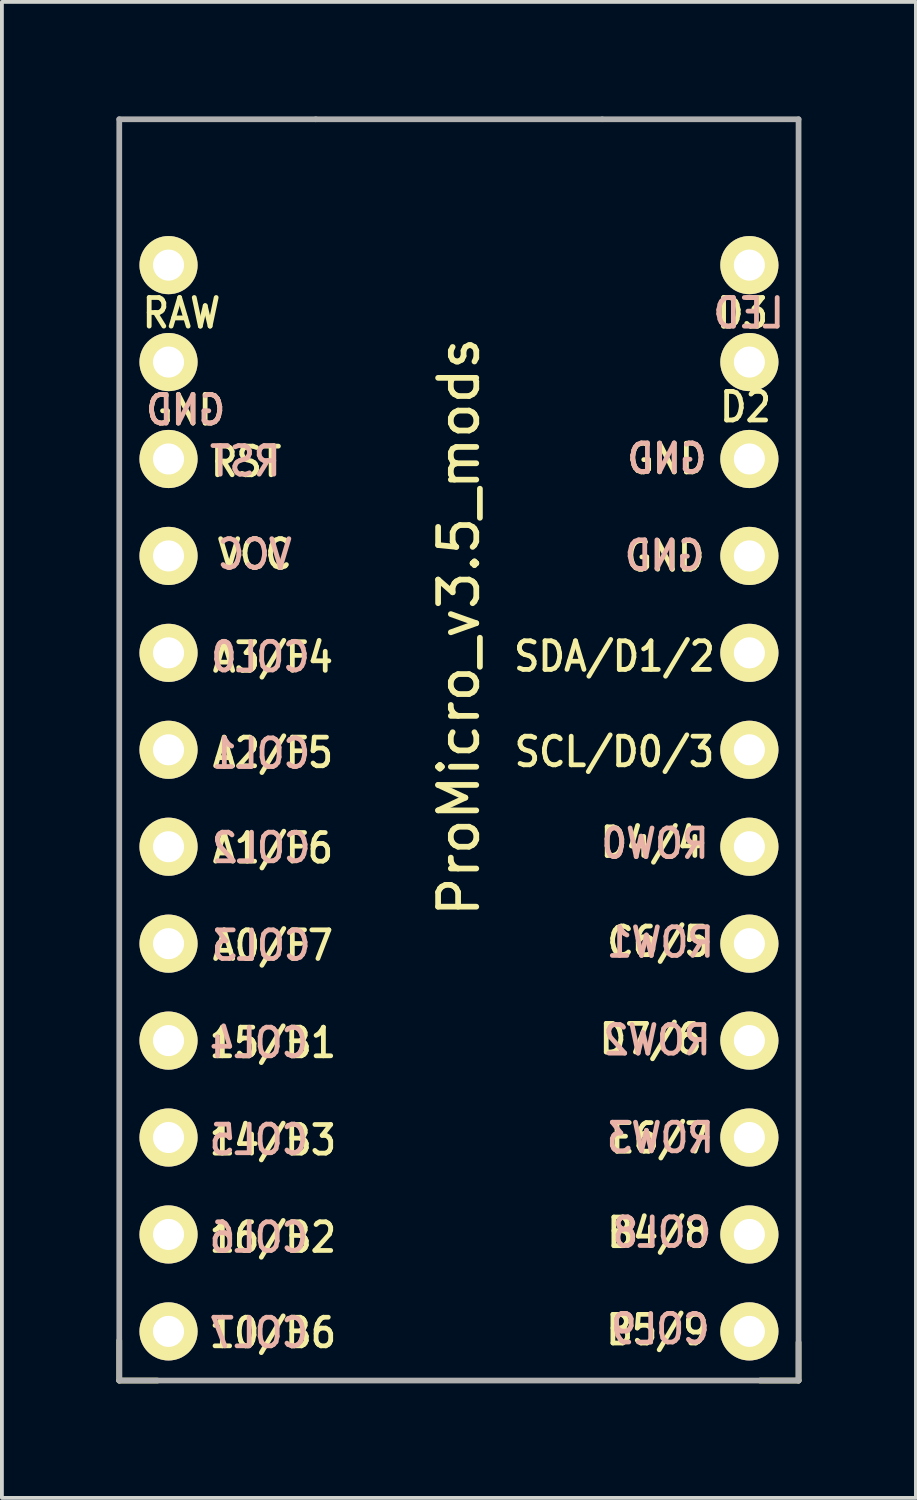
<source format=kicad_pcb>
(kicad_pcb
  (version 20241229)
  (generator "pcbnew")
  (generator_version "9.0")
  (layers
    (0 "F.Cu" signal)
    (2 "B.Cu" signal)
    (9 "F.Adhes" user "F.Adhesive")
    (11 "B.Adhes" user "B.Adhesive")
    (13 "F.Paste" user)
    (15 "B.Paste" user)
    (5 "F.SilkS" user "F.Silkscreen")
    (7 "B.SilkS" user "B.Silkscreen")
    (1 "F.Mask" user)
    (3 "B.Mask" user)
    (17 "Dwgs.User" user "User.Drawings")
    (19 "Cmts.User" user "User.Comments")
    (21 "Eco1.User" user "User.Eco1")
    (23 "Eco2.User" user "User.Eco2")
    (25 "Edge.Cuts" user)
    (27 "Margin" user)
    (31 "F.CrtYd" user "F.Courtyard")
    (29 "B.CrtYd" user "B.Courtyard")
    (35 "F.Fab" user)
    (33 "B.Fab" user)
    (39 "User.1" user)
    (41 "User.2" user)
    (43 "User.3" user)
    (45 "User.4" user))
  (footprint "ProMicro_v3.5_mods"
    (layer "F.Cu")
    (at 8.975 18.375)
    (property "Reference" "ProMicro_v3.5_mods" (at 0 -5 270) (layer "F.SilkS") (effects (font (size 1 1) (thickness 0.15))))
    (attr through_hole)
    (fp_line (start -8.9 13.7) (end -8.9 14.75) (stroke (width 0.15) (type solid)) (layer "F.SilkS"))
    (fp_line (start -8.9 14.75) (end -7.9 14.75) (stroke (width 0.15) (type solid)) (layer "F.SilkS"))
    (fp_line (start 8.9 13.75) (end 8.9 14.75) (stroke (width 0.15) (type solid)) (layer "F.SilkS"))
    (fp_line (start 8.9 14.75) (end 7.89 14.75) (stroke (width 0.15) (type solid)) (layer "F.SilkS"))
    (fp_line (start -8.9 -18.3) (end -3.75 -18.3) (stroke (width 0.15) (type solid)) (layer "F.Fab"))
    (fp_line (start -8.9 14.75) (end -8.9 -18.3) (stroke (width 0.15) (type solid)) (layer "F.Fab"))
    (fp_line (start -3.75 -18.3) (end 3.75 -18.3) (stroke (width 0.15) (type solid)) (layer "F.Fab"))
    (fp_line (start 3.76 -18.3) (end 8.9 -18.3) (stroke (width 0.15) (type solid)) (layer "F.Fab"))
    (fp_line (start 8.9 -18.3) (end 8.9 14.75) (stroke (width 0.15) (type solid)) (layer "F.Fab"))
    (fp_line (start 8.9 14.75) (end -8.9 14.75) (stroke (width 0.15) (type solid)) (layer "F.Fab"))
    (fp_text user "16/B2" (at -4.875 11 0) (unlocked yes) (layer "F.SilkS") (effects (font (size 0.75 0.67) (thickness 0.125))))
    (fp_text user "A0/F7" (at -4.875 3.35 0) (unlocked yes) (layer "F.SilkS") (effects (font (size 0.75 0.67) (thickness 0.125))))
    (fp_text user "C6/5" (at 5.225 3.25 0) (unlocked yes) (layer "F.SilkS") (effects (font (size 0.75 0.67) (thickness 0.125))))
    (fp_text user "B4/8" (at 5.225 10.875 0) (unlocked yes) (layer "F.SilkS") (effects (font (size 0.75 0.67) (thickness 0.125))))
    (fp_text user "VCC" (at -5.35 -6.9 0) (unlocked yes) (layer "F.SilkS") (effects (font (size 0.75 0.67) (thickness 0.125))))
    (fp_text user "RAW" (at -7.27 -13.22 0) (unlocked yes) (layer "F.SilkS") (effects (font (size 0.75 0.67) (thickness 0.125))))
    (fp_text user "10/B6" (at -4.875 13.5 0) (unlocked yes) (layer "F.SilkS") (effects (font (size 0.75 0.67) (thickness 0.125))))
    (fp_text user "14/B3" (at -4.875 8.45 0) (unlocked yes) (layer "F.SilkS") (effects (font (size 0.75 0.67) (thickness 0.125))))
    (fp_text user "GND" (at 5.4 -6.85 0) (unlocked yes) (layer "F.SilkS") (effects (font (size 0.75 0.67) (thickness 0.125))))
    (fp_text user "RST" (at -5.575 -9.325 0) (unlocked yes) (layer "F.SilkS") (effects (font (size 0.75 0.67) (thickness 0.125))))
    (fp_text user "D2" (at 7.51 -10.76 0) (unlocked yes) (layer "F.SilkS") (effects (font (size 0.75 0.67) (thickness 0.125))))
    (fp_text user "15/B1" (at -4.875 5.9 0) (unlocked yes) (layer "F.SilkS") (effects (font (size 0.75 0.67) (thickness 0.125))))
    (fp_text user "D4/4" (at 5.05 0.65 0) (unlocked yes) (layer "F.SilkS") (effects (font (size 0.75 0.67) (thickness 0.125))))
    (fp_text user "GND" (at 5.45 -9.4 0) (unlocked yes) (layer "F.SilkS") (effects (font (size 0.75 0.67) (thickness 0.125))))
    (fp_text user "D7/6" (at 5.025 5.8 0) (unlocked yes) (layer "F.SilkS") (effects (font (size 0.75 0.67) (thickness 0.125))))
    (fp_text user "E6/7" (at 5.275 8.4 0) (unlocked yes) (layer "F.SilkS") (effects (font (size 0.75 0.67) (thickness 0.125))))
    (fp_text user "A3/F4" (at -4.875 -4.2 0) (unlocked yes) (layer "F.SilkS") (effects (font (size 0.75 0.67) (thickness 0.125))))
    (fp_text user "A2/F5" (at -4.875 -1.7 0) (unlocked yes) (layer "F.SilkS") (effects (font (size 0.75 0.67) (thickness 0.125))))
    (fp_text user "SCL/D0/3" (at 4.075 -1.725 0) (unlocked yes) (layer "F.SilkS") (effects (font (size 0.75 0.67) (thickness 0.125))))
    (fp_text user "GND" (at -7.16 -10.68 0) (unlocked yes) (layer "F.SilkS") (effects (font (size 0.75 0.67) (thickness 0.125))))
    (fp_text user "A1/F6" (at -4.875 0.8 0) (unlocked yes) (layer "F.SilkS") (effects (font (size 0.75 0.67) (thickness 0.125))))
    (fp_text user "" (at -0.545 -17.4 0) (layer "F.SilkS") (effects (font (size 1 1) (thickness 0.15))))
    (fp_text user "B5/9" (at 5.2 13.425 0) (unlocked yes) (layer "F.SilkS") (effects (font (size 0.75 0.67) (thickness 0.125))))
    (fp_text user "D3" (at 7.43 -13.22 0) (unlocked yes) (layer "F.SilkS") (effects (font (size 0.75 0.67) (thickness 0.125))))
    (fp_text user "SDA/D1/2" (at 4.075 -4.225 0) (unlocked yes) (layer "F.SilkS") (effects (font (size 0.75 0.67) (thickness 0.125))))
    (fp_text user "COL7" (at -5.24 13.5 0) (unlocked yes) (layer "B.SilkS") (effects (font (size 0.75 0.67) (thickness 0.125)) (justify mirror)))
    (fp_text user "COL0" (at -5.2 -4.21 0) (unlocked yes) (layer "B.SilkS") (effects (font (size 0.75 0.67) (thickness 0.125)) (justify mirror)))
    (fp_text user "GND" (at 5.38 -6.87 0) (unlocked yes) (layer "B.SilkS") (effects (font (size 0.75 0.67) (thickness 0.125)) (justify mirror)))
    (fp_text user "COL5" (at -5.24 8.44 0) (unlocked yes) (layer "B.SilkS") (effects (font (size 0.75 0.67) (thickness 0.125)) (justify mirror)))
    (fp_text user "COL8" (at 5.32 10.87 0) (unlocked yes) (layer "B.SilkS") (effects (font (size 0.75 0.67) (thickness 0.125)) (justify mirror)))
    (fp_text user "ROW2" (at 5.19 5.83 0) (unlocked yes) (layer "B.SilkS") (effects (font (size 0.75 0.67) (thickness 0.125)) (justify mirror)))
    (fp_text user "GND" (at 5.45 -9.41 0) (unlocked yes) (layer "B.SilkS") (effects (font (size 0.75 0.67) (thickness 0.125)) (justify mirror)))
    (fp_text user "ROW0" (at 5.14 0.68 0) (unlocked yes) (layer "B.SilkS") (effects (font (size 0.75 0.67) (thickness 0.125)) (justify mirror)))
    (fp_text user "ROW1" (at 5.28 3.27 0) (unlocked yes) (layer "B.SilkS") (effects (font (size 0.75 0.67) (thickness 0.125)) (justify mirror)))
    (fp_text user "COL3" (at -5.18 3.35 0) (unlocked yes) (layer "B.SilkS") (effects (font (size 0.75 0.67) (thickness 0.125)) (justify mirror)))
    (fp_text user "" (at -1.252 -16.256 0) (layer "B.SilkS") (effects (font (size 1 1) (thickness 0.15)) (justify mirror)))
    (fp_text user "COL9" (at 5.28 13.4 0) (unlocked yes) (layer "B.SilkS") (effects (font (size 0.75 0.67) (thickness 0.125)) (justify mirror)))
    (fp_text user "COL4" (at -5.24 5.9 0) (unlocked yes) (layer "B.SilkS") (effects (font (size 0.75 0.67) (thickness 0.125)) (justify mirror)))
    (fp_text user "RST" (at -5.6 -9.34 0) (unlocked yes) (layer "B.SilkS") (effects (font (size 0.75 0.67) (thickness 0.125)) (justify mirror)))
    (fp_text user "COL2" (at -5.18 0.79 0) (unlocked yes) (layer "B.SilkS") (effects (font (size 0.75 0.67) (thickness 0.125)) (justify mirror)))
    (fp_text user "GND" (at -7.16 -10.68 0) (unlocked yes) (layer "B.SilkS") (effects (font (size 0.75 0.67) (thickness 0.125)) (justify mirror)))
    (fp_text user "ROW3" (at 5.28 8.39 0) (unlocked yes) (layer "B.SilkS") (effects (font (size 0.75 0.67) (thickness 0.125)) (justify mirror)))
    (fp_text user "VCC" (at -5.35 -6.9 0) (unlocked yes) (layer "B.SilkS") (effects (font (size 0.75 0.67) (thickness 0.125)) (justify mirror)))
    (fp_text user "LED" (at 7.59 -13.22 0) (unlocked yes) (layer "B.SilkS") (effects (font (size 0.75 0.67) (thickness 0.125)) (justify mirror)))
    (fp_text user "COL1" (at -5.19 -1.68 0) (unlocked yes) (layer "B.SilkS") (effects (font (size 0.75 0.67) (thickness 0.125)) (justify mirror)))
    (fp_text user "COL6" (at -5.24 11 0) (unlocked yes) (layer "B.SilkS") (effects (font (size 0.75 0.67) (thickness 0.125)) (justify mirror)))
    (pad "1" thru_hole circle (at 7.611 -14.478) (size 1.524 1.524) (drill 0.813) (layers "*.Cu" "B.Mask" "F.SilkS"))
    (pad "2" thru_hole circle (at 7.611 -11.938) (size 1.524 1.524) (drill 0.813) (layers "*.Cu" "B.Mask" "F.SilkS"))
    (pad "3" thru_hole circle (at 7.611 -9.398) (size 1.524 1.524) (drill 0.813) (layers "*.Cu" "B.Mask" "F.SilkS"))
    (pad "4" thru_hole circle (at 7.611 -6.858) (size 1.524 1.524) (drill 0.813) (layers "*.Cu" "B.Mask" "F.SilkS"))
    (pad "5" thru_hole circle (at 7.611 -4.318) (size 1.524 1.524) (drill 0.813) (layers "*.Cu" "B.Mask" "F.SilkS"))
    (pad "6" thru_hole circle (at 7.611 -1.778) (size 1.524 1.524) (drill 0.813) (layers "*.Cu" "B.Mask" "F.SilkS"))
    (pad "7" thru_hole circle (at 7.611 0.762) (size 1.524 1.524) (drill 0.813) (layers "*.Cu" "B.Mask" "F.SilkS"))
    (pad "8" thru_hole circle (at 7.611 3.302) (size 1.524 1.524) (drill 0.813) (layers "*.Cu" "B.Mask" "F.SilkS"))
    (pad "9" thru_hole circle (at 7.611 5.842) (size 1.524 1.524) (drill 0.813) (layers "*.Cu" "B.Mask" "F.SilkS"))
    (pad "10" thru_hole circle (at 7.611 8.382) (size 1.524 1.524) (drill 0.813) (layers "*.Cu" "B.Mask" "F.SilkS"))
    (pad "11" thru_hole circle (at 7.611 10.922) (size 1.524 1.524) (drill 0.813) (layers "*.Cu" "B.Mask" "F.SilkS"))
    (pad "12" thru_hole circle (at 7.611 13.462) (size 1.524 1.524) (drill 0.813) (layers "*.Cu" "B.Mask" "F.SilkS"))
    (pad "13" thru_hole circle (at -7.609 13.462) (size 1.524 1.524) (drill 0.813) (layers "*.Cu" "B.Mask" "F.SilkS"))
    (pad "14" thru_hole circle (at -7.609 10.922) (size 1.524 1.524) (drill 0.813) (layers "*.Cu" "B.Mask" "F.SilkS"))
    (pad "15" thru_hole circle (at -7.609 8.382) (size 1.524 1.524) (drill 0.813) (layers "*.Cu" "B.Mask" "F.SilkS"))
    (pad "16" thru_hole circle (at -7.609 5.842) (size 1.524 1.524) (drill 0.813) (layers "*.Cu" "B.Mask" "F.SilkS"))
    (pad "17" thru_hole circle (at -7.609 3.302) (size 1.524 1.524) (drill 0.813) (layers "*.Cu" "B.Mask" "F.SilkS"))
    (pad "18" thru_hole circle (at -7.609 0.762) (size 1.524 1.524) (drill 0.813) (layers "*.Cu" "B.Mask" "F.SilkS"))
    (pad "19" thru_hole circle (at -7.609 -1.778) (size 1.524 1.524) (drill 0.813) (layers "*.Cu" "B.Mask" "F.SilkS"))
    (pad "20" thru_hole circle (at -7.609 -4.318) (size 1.524 1.524) (drill 0.813) (layers "*.Cu" "B.Mask" "F.SilkS"))
    (pad "21" thru_hole circle (at -7.609 -6.858) (size 1.524 1.524) (drill 0.813) (layers "*.Cu" "B.Mask" "F.SilkS"))
    (pad "22" thru_hole circle (at -7.609 -9.398) (size 1.524 1.524) (drill 0.813) (layers "*.Cu" "B.Mask" "F.SilkS"))
    (pad "23" thru_hole circle (at -7.609 -11.938) (size 1.524 1.524) (drill 0.813) (layers "*.Cu" "B.Mask" "F.SilkS"))
    (pad "24" thru_hole circle (at -7.609 -14.478) (size 1.524 1.524) (drill 0.813) (layers "*.Cu" "B.Mask" "F.SilkS")))
  (gr_rect
    (start -3 -3)
    (end 20.95 36.2)
    (stroke (width 0.1) (type default))
    (fill no)
    (layer "Edge.Cuts")))
</source>
